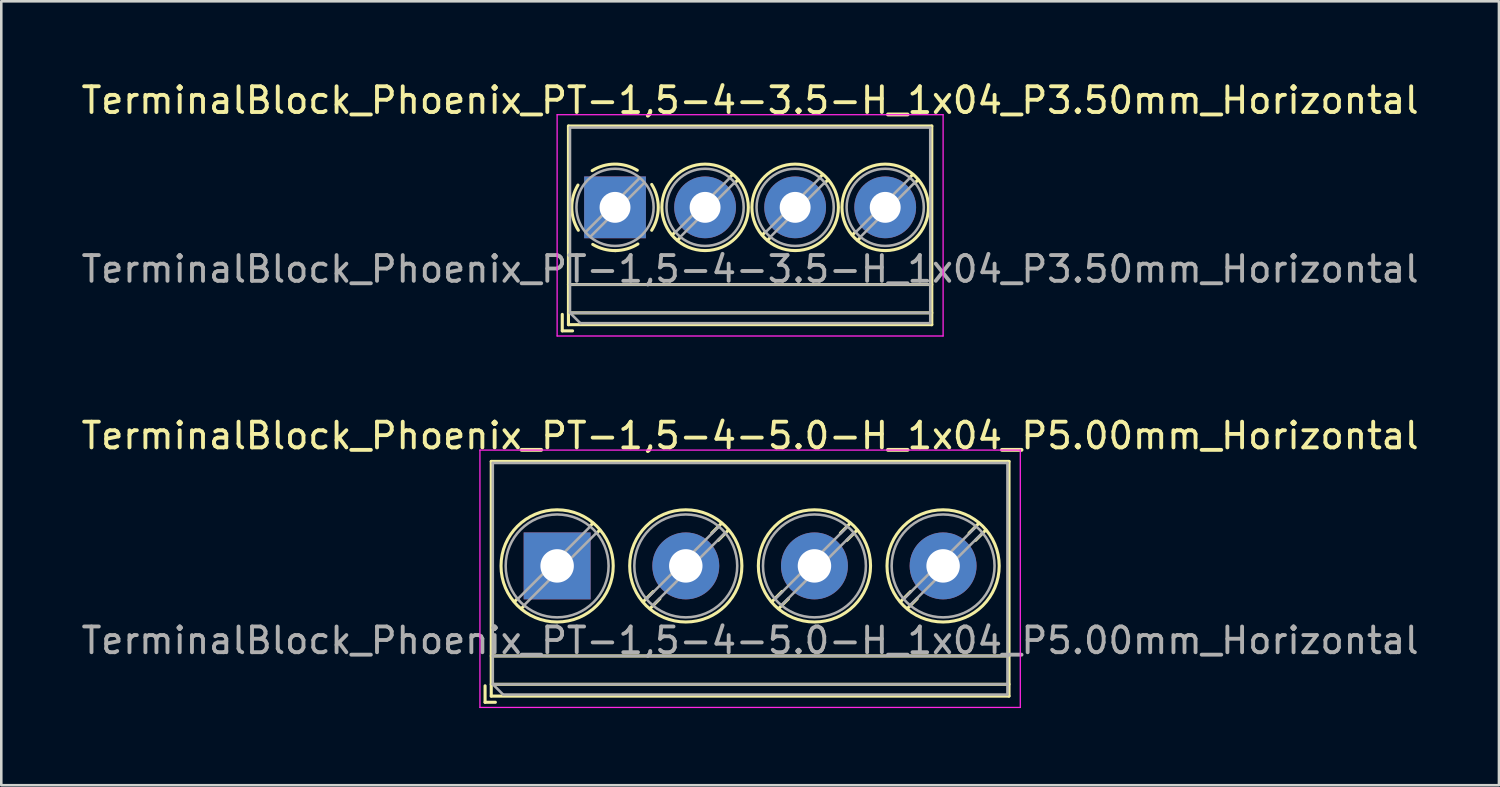
<source format=kicad_pcb>
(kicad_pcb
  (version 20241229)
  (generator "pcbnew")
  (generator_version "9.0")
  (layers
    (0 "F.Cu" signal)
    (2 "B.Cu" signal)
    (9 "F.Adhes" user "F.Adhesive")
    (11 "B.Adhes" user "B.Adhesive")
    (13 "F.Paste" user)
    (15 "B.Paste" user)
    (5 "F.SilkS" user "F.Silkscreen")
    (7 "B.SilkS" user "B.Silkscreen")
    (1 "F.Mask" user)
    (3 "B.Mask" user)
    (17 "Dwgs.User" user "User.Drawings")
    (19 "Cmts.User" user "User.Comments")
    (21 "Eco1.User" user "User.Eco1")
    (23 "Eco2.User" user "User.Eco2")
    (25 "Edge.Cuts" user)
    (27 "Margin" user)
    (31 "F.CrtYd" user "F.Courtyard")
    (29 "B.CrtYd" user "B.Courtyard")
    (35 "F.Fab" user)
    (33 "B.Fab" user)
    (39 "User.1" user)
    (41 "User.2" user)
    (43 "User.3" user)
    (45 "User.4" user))
  (footprint "TerminalBlock_Phoenix_PT-1,5-4-5.0-H_1x04_P5.00mm_Horizontal"
    (layer "F.Cu")
    (at 18.601 18.942)
    (property "Reference" "TerminalBlock_Phoenix_PT-1,5-4-5.0-H_1x04_P5.00mm_Horizontal" (at 7.5 -5.06 0) (layer "F.SilkS") (effects (font (size 1 1) (thickness 0.15))))
    (attr through_hole)
    (fp_line (start -2.8 4.66) (end -2.8 5.3) (stroke (width 0.12) (type solid)) (layer "F.SilkS"))
    (fp_line (start -2.8 5.3) (end -2.4 5.3) (stroke (width 0.12) (type solid)) (layer "F.SilkS"))
    (fp_line (start -2.56 -4.06) (end -2.56 5.06) (stroke (width 0.12) (type solid)) (layer "F.SilkS"))
    (fp_line (start -2.56 -4.06) (end 17.561 -4.06) (stroke (width 0.12) (type solid)) (layer "F.SilkS"))
    (fp_line (start -2.56 3.5) (end 17.561 3.5) (stroke (width 0.12) (type solid)) (layer "F.SilkS"))
    (fp_line (start -2.56 4.6) (end 17.561 4.6) (stroke (width 0.12) (type solid)) (layer "F.SilkS"))
    (fp_line (start -2.56 5.06) (end 17.561 5.06) (stroke (width 0.12) (type solid)) (layer "F.SilkS"))
    (fp_line (start -1.548 1.281) (end -1.654 1.388) (stroke (width 0.12) (type solid)) (layer "F.SilkS"))
    (fp_line (start -1.282 1.547) (end -1.388 1.654) (stroke (width 0.12) (type solid)) (layer "F.SilkS"))
    (fp_line (start 1.388 -1.654) (end 1.281 -1.547) (stroke (width 0.12) (type solid)) (layer "F.SilkS"))
    (fp_line (start 1.654 -1.388) (end 1.547 -1.281) (stroke (width 0.12) (type solid)) (layer "F.SilkS"))
    (fp_line (start 3.742 0.992) (end 3.347 1.388) (stroke (width 0.12) (type solid)) (layer "F.SilkS"))
    (fp_line (start 3.993 1.274) (end 3.613 1.654) (stroke (width 0.12) (type solid)) (layer "F.SilkS"))
    (fp_line (start 6.388 -1.654) (end 6.008 -1.274) (stroke (width 0.12) (type solid)) (layer "F.SilkS"))
    (fp_line (start 6.654 -1.388) (end 6.259 -0.992) (stroke (width 0.12) (type solid)) (layer "F.SilkS"))
    (fp_line (start 8.742 0.992) (end 8.347 1.388) (stroke (width 0.12) (type solid)) (layer "F.SilkS"))
    (fp_line (start 8.993 1.274) (end 8.613 1.654) (stroke (width 0.12) (type solid)) (layer "F.SilkS"))
    (fp_line (start 11.388 -1.654) (end 11.008 -1.274) (stroke (width 0.12) (type solid)) (layer "F.SilkS"))
    (fp_line (start 11.654 -1.388) (end 11.259 -0.992) (stroke (width 0.12) (type solid)) (layer "F.SilkS"))
    (fp_line (start 13.742 0.992) (end 13.347 1.388) (stroke (width 0.12) (type solid)) (layer "F.SilkS"))
    (fp_line (start 13.993 1.274) (end 13.613 1.654) (stroke (width 0.12) (type solid)) (layer "F.SilkS"))
    (fp_line (start 16.388 -1.654) (end 16.008 -1.274) (stroke (width 0.12) (type solid)) (layer "F.SilkS"))
    (fp_line (start 16.654 -1.388) (end 16.259 -0.992) (stroke (width 0.12) (type solid)) (layer "F.SilkS"))
    (fp_line (start 17.561 -4.06) (end 17.561 5.06) (stroke (width 0.12) (type solid)) (layer "F.SilkS"))
    (fp_circle (center 0 0) (end 2.18 0) (stroke (width 0.12) (type solid)) (fill no) (layer "F.SilkS"))
    (fp_circle (center 5 0) (end 7.18 0) (stroke (width 0.12) (type solid)) (fill no) (layer "F.SilkS"))
    (fp_circle (center 10 0) (end 12.18 0) (stroke (width 0.12) (type solid)) (fill no) (layer "F.SilkS"))
    (fp_circle (center 15 0) (end 17.18 0) (stroke (width 0.12) (type solid)) (fill no) (layer "F.SilkS"))
    (fp_line (start -3 -4.5) (end -3 5.5) (stroke (width 0.05) (type solid)) (layer "F.CrtYd"))
    (fp_line (start -3 5.5) (end 18 5.5) (stroke (width 0.05) (type solid)) (layer "F.CrtYd"))
    (fp_line (start 18 -4.5) (end -3 -4.5) (stroke (width 0.05) (type solid)) (layer "F.CrtYd"))
    (fp_line (start 18 5.5) (end 18 -4.5) (stroke (width 0.05) (type solid)) (layer "F.CrtYd"))
    (fp_line (start -2.5 -4) (end 17.5 -4) (stroke (width 0.1) (type solid)) (layer "F.Fab"))
    (fp_line (start -2.5 3.5) (end 17.5 3.5) (stroke (width 0.1) (type solid)) (layer "F.Fab"))
    (fp_line (start -2.5 4.6) (end -2.5 -4) (stroke (width 0.1) (type solid)) (layer "F.Fab"))
    (fp_line (start -2.5 4.6) (end 17.5 4.6) (stroke (width 0.1) (type solid)) (layer "F.Fab"))
    (fp_line (start -2.1 5) (end -2.5 4.6) (stroke (width 0.1) (type solid)) (layer "F.Fab"))
    (fp_line (start 1.273 -1.517) (end -1.517 1.273) (stroke (width 0.1) (type solid)) (layer "F.Fab"))
    (fp_line (start 1.517 -1.273) (end -1.273 1.517) (stroke (width 0.1) (type solid)) (layer "F.Fab"))
    (fp_line (start 6.273 -1.517) (end 3.484 1.273) (stroke (width 0.1) (type solid)) (layer "F.Fab"))
    (fp_line (start 6.517 -1.273) (end 3.728 1.517) (stroke (width 0.1) (type solid)) (layer "F.Fab"))
    (fp_line (start 11.273 -1.517) (end 8.484 1.273) (stroke (width 0.1) (type solid)) (layer "F.Fab"))
    (fp_line (start 11.517 -1.273) (end 8.728 1.517) (stroke (width 0.1) (type solid)) (layer "F.Fab"))
    (fp_line (start 16.273 -1.517) (end 13.484 1.273) (stroke (width 0.1) (type solid)) (layer "F.Fab"))
    (fp_line (start 16.517 -1.273) (end 13.728 1.517) (stroke (width 0.1) (type solid)) (layer "F.Fab"))
    (fp_line (start 17.5 -4) (end 17.5 5) (stroke (width 0.1) (type solid)) (layer "F.Fab"))
    (fp_line (start 17.5 5) (end -2.1 5) (stroke (width 0.1) (type solid)) (layer "F.Fab"))
    (fp_circle (center 0 0) (end 2 0) (stroke (width 0.1) (type solid)) (fill no) (layer "F.Fab"))
    (fp_circle (center 5 0) (end 7 0) (stroke (width 0.1) (type solid)) (fill no) (layer "F.Fab"))
    (fp_circle (center 10 0) (end 12 0) (stroke (width 0.1) (type solid)) (fill no) (layer "F.Fab"))
    (fp_circle (center 15 0) (end 17 0) (stroke (width 0.1) (type solid)) (fill no) (layer "F.Fab"))
    (fp_text user "${REFERENCE}" (at 7.5 2.9 0) (layer "F.Fab") (effects (font (size 1 1) (thickness 0.15))))
    (pad "1" thru_hole rect (at 0 0) (size 2.6 2.6) (drill 1.3) (layers "*.Cu" "*.Mask"))
    (pad "2" thru_hole circle (at 5 0) (size 2.6 2.6) (drill 1.3) (layers "*.Cu" "*.Mask"))
    (pad "3" thru_hole circle (at 10 0) (size 2.6 2.6) (drill 1.3) (layers "*.Cu" "*.Mask"))
    (pad "4" thru_hole circle (at 15 0) (size 2.6 2.6) (drill 1.3) (layers "*.Cu" "*.Mask")))
  (footprint "TerminalBlock_Phoenix_PT-1,5-4-3.5-H_1x04_P3.50mm_Horizontal"
    (layer "F.Cu")
    (at 20.851 5.008)
    (property "Reference" "TerminalBlock_Phoenix_PT-1,5-4-3.5-H_1x04_P3.50mm_Horizontal" (at 5.25 -4.16 0) (layer "F.SilkS") (effects (font (size 1 1) (thickness 0.15))))
    (attr through_hole)
    (fp_line (start -2.05 4.16) (end -2.05 4.8) (stroke (width 0.12) (type solid)) (layer "F.SilkS"))
    (fp_line (start -2.05 4.8) (end -1.65 4.8) (stroke (width 0.12) (type solid)) (layer "F.SilkS"))
    (fp_line (start -1.81 -3.16) (end -1.81 4.56) (stroke (width 0.12) (type solid)) (layer "F.SilkS"))
    (fp_line (start -1.81 -3.16) (end 12.31 -3.16) (stroke (width 0.12) (type solid)) (layer "F.SilkS"))
    (fp_line (start -1.81 3) (end 12.31 3) (stroke (width 0.12) (type solid)) (layer "F.SilkS"))
    (fp_line (start -1.81 4.1) (end 12.31 4.1) (stroke (width 0.12) (type solid)) (layer "F.SilkS"))
    (fp_line (start -1.81 4.56) (end 12.31 4.56) (stroke (width 0.12) (type solid)) (layer "F.SilkS"))
    (fp_line (start 2.355 0.941) (end 2.226 1.069) (stroke (width 0.12) (type solid)) (layer "F.SilkS"))
    (fp_line (start 2.525 1.181) (end 2.431 1.274) (stroke (width 0.12) (type solid)) (layer "F.SilkS"))
    (fp_line (start 4.57 -1.275) (end 4.476 -1.181) (stroke (width 0.12) (type solid)) (layer "F.SilkS"))
    (fp_line (start 4.775 -1.069) (end 4.646 -0.941) (stroke (width 0.12) (type solid)) (layer "F.SilkS"))
    (fp_line (start 5.855 0.941) (end 5.726 1.069) (stroke (width 0.12) (type solid)) (layer "F.SilkS"))
    (fp_line (start 6.025 1.181) (end 5.931 1.274) (stroke (width 0.12) (type solid)) (layer "F.SilkS"))
    (fp_line (start 8.07 -1.275) (end 7.976 -1.181) (stroke (width 0.12) (type solid)) (layer "F.SilkS"))
    (fp_line (start 8.275 -1.069) (end 8.146 -0.941) (stroke (width 0.12) (type solid)) (layer "F.SilkS"))
    (fp_line (start 9.355 0.941) (end 9.226 1.069) (stroke (width 0.12) (type solid)) (layer "F.SilkS"))
    (fp_line (start 9.525 1.181) (end 9.431 1.274) (stroke (width 0.12) (type solid)) (layer "F.SilkS"))
    (fp_line (start 11.57 -1.275) (end 11.476 -1.181) (stroke (width 0.12) (type solid)) (layer "F.SilkS"))
    (fp_line (start 11.775 -1.069) (end 11.646 -0.941) (stroke (width 0.12) (type solid)) (layer "F.SilkS"))
    (fp_line (start 12.31 -3.16) (end 12.31 4.56) (stroke (width 0.12) (type solid)) (layer "F.SilkS"))
    (fp_arc (start -1.425358 0.889894) (mid -1.680286 0.014012) (end -1.44 -0.866) (stroke (width 0.12) (type solid)) (layer "F.SilkS"))
    (fp_arc (start -0.889894 -1.425358) (mid -0.014012 -1.680286) (end 0.866 -1.44) (stroke (width 0.12) (type solid)) (layer "F.SilkS"))
    (fp_arc (start 0.028674 1.680099) (mid -0.435535 1.622918) (end -0.866 1.44) (stroke (width 0.12) (type solid)) (layer "F.SilkS"))
    (fp_arc (start 0.890264 1.424721) (mid 0.463071 1.61492) (end 0 1.68) (stroke (width 0.12) (type solid)) (layer "F.SilkS"))
    (fp_arc (start 1.425504 -0.890193) (mid 1.680626 0.000476) (end 1.425 0.891) (stroke (width 0.12) (type solid)) (layer "F.SilkS"))
    (fp_circle (center 3.5 0) (end 5.18 0) (stroke (width 0.12) (type solid)) (fill no) (layer "F.SilkS"))
    (fp_circle (center 7 0) (end 8.68 0) (stroke (width 0.12) (type solid)) (fill no) (layer "F.SilkS"))
    (fp_circle (center 10.5 0) (end 12.18 0) (stroke (width 0.12) (type solid)) (fill no) (layer "F.SilkS"))
    (fp_line (start -2.25 -3.6) (end -2.25 5) (stroke (width 0.05) (type solid)) (layer "F.CrtYd"))
    (fp_line (start -2.25 5) (end 12.75 5) (stroke (width 0.05) (type solid)) (layer "F.CrtYd"))
    (fp_line (start 12.75 -3.6) (end -2.25 -3.6) (stroke (width 0.05) (type solid)) (layer "F.CrtYd"))
    (fp_line (start 12.75 5) (end 12.75 -3.6) (stroke (width 0.05) (type solid)) (layer "F.CrtYd"))
    (fp_line (start -1.75 -3.1) (end 12.25 -3.1) (stroke (width 0.1) (type solid)) (layer "F.Fab"))
    (fp_line (start -1.75 3) (end 12.25 3) (stroke (width 0.1) (type solid)) (layer "F.Fab"))
    (fp_line (start -1.75 4.1) (end -1.75 -3.1) (stroke (width 0.1) (type solid)) (layer "F.Fab"))
    (fp_line (start -1.75 4.1) (end 12.25 4.1) (stroke (width 0.1) (type solid)) (layer "F.Fab"))
    (fp_line (start -1.35 4.5) (end -1.75 4.1) (stroke (width 0.1) (type solid)) (layer "F.Fab"))
    (fp_line (start 0.955 -1.138) (end -1.138 0.955) (stroke (width 0.1) (type solid)) (layer "F.Fab"))
    (fp_line (start 1.138 -0.955) (end -0.955 1.138) (stroke (width 0.1) (type solid)) (layer "F.Fab"))
    (fp_line (start 4.455 -1.138) (end 2.363 0.955) (stroke (width 0.1) (type solid)) (layer "F.Fab"))
    (fp_line (start 4.638 -0.955) (end 2.546 1.138) (stroke (width 0.1) (type solid)) (layer "F.Fab"))
    (fp_line (start 7.955 -1.138) (end 5.863 0.955) (stroke (width 0.1) (type solid)) (layer "F.Fab"))
    (fp_line (start 8.138 -0.955) (end 6.046 1.138) (stroke (width 0.1) (type solid)) (layer "F.Fab"))
    (fp_line (start 11.455 -1.138) (end 9.363 0.955) (stroke (width 0.1) (type solid)) (layer "F.Fab"))
    (fp_line (start 11.638 -0.955) (end 9.546 1.138) (stroke (width 0.1) (type solid)) (layer "F.Fab"))
    (fp_line (start 12.25 -3.1) (end 12.25 4.5) (stroke (width 0.1) (type solid)) (layer "F.Fab"))
    (fp_line (start 12.25 4.5) (end -1.35 4.5) (stroke (width 0.1) (type solid)) (layer "F.Fab"))
    (fp_circle (center 0 0) (end 1.5 0) (stroke (width 0.1) (type solid)) (fill no) (layer "F.Fab"))
    (fp_circle (center 3.5 0) (end 5 0) (stroke (width 0.1) (type solid)) (fill no) (layer "F.Fab"))
    (fp_circle (center 7 0) (end 8.5 0) (stroke (width 0.1) (type solid)) (fill no) (layer "F.Fab"))
    (fp_circle (center 10.5 0) (end 12 0) (stroke (width 0.1) (type solid)) (fill no) (layer "F.Fab"))
    (fp_text user "${REFERENCE}" (at 5.25 2.4 0) (layer "F.Fab") (effects (font (size 1 1) (thickness 0.15))))
    (pad "1" thru_hole rect (at 0 0) (size 2.4 2.4) (drill 1.2) (layers "*.Cu" "*.Mask"))
    (pad "2" thru_hole circle (at 3.5 0) (size 2.4 2.4) (drill 1.2) (layers "*.Cu" "*.Mask"))
    (pad "3" thru_hole circle (at 7 0) (size 2.4 2.4) (drill 1.2) (layers "*.Cu" "*.Mask"))
    (pad "4" thru_hole circle (at 10.5 0) (size 2.4 2.4) (drill 1.2) (layers "*.Cu" "*.Mask")))
  (gr_rect
    (start -3 -3)
    (end 55.202 27.466)
    (stroke (width 0.1) (type default))
    (fill no)
    (layer "Edge.Cuts")))
</source>
